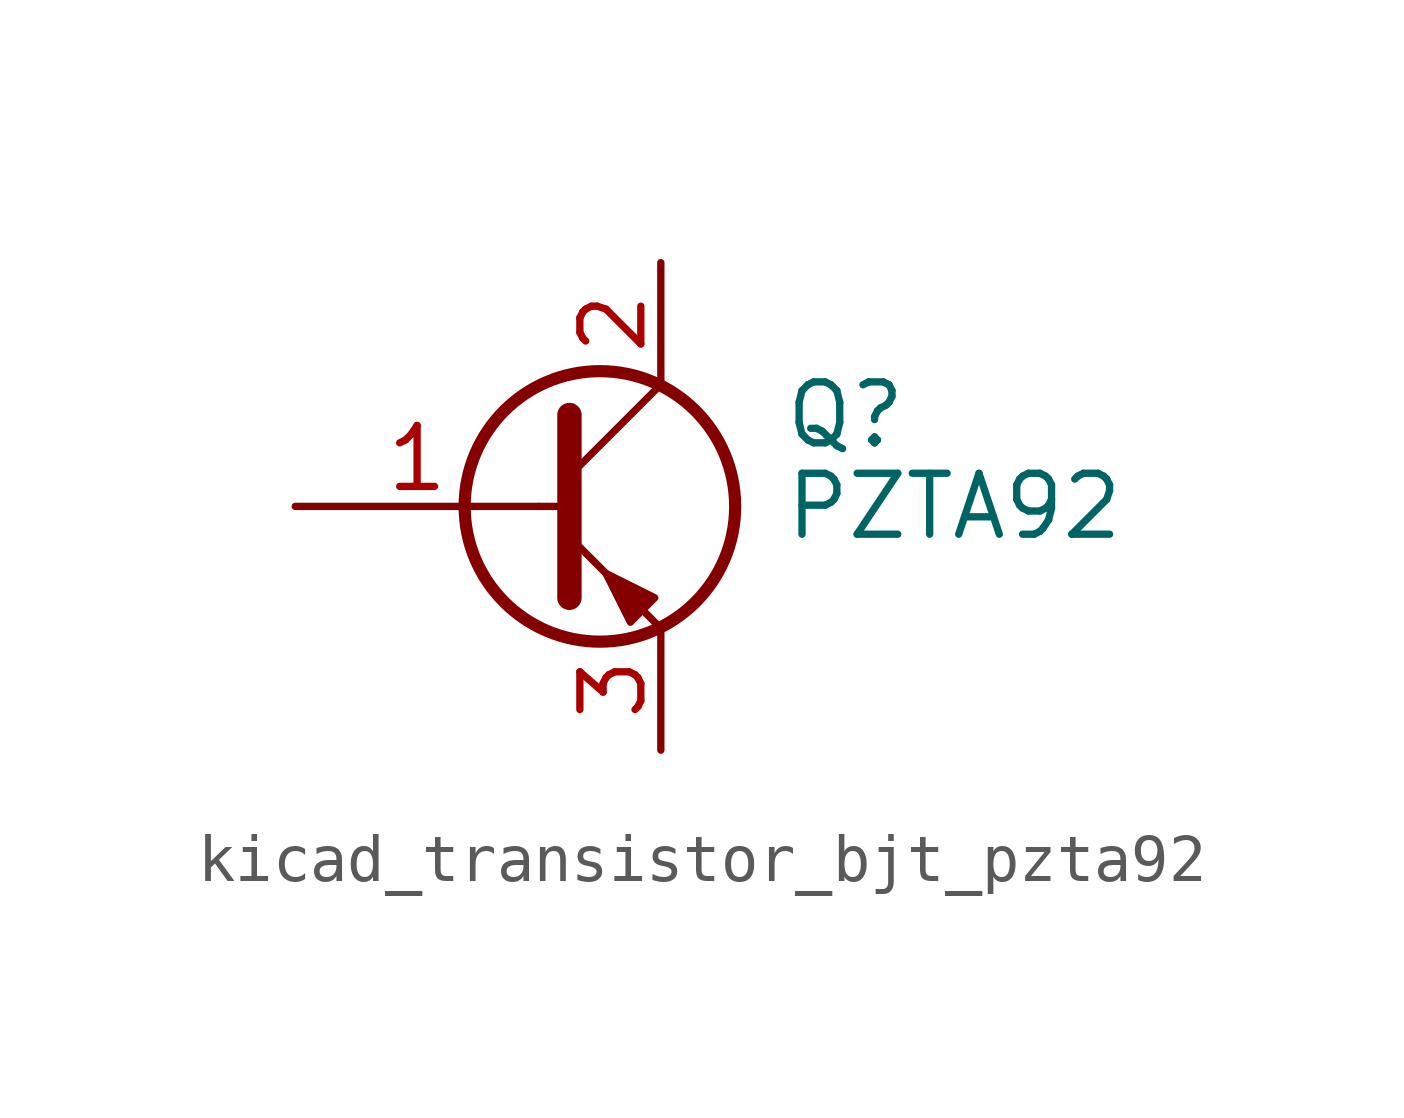
<source format=kicad_sym>
(kicad_symbol_lib
  (version 20220914)
  (generator kicad_symbol_editor)
  (symbol "kicad_transistor_bjt_pzta92"
    (pin_names
      (offset 0) hide)
    (property "Reference" "Q"
      (at 5.08 1.905 0)
      (effects (font (size 1.27 1.27)) (justify left)))
    (property "Value" "PZTA92"
      (at 5.08 0 0)
      (effects (font (size 1.27 1.27)) (justify left)))
    (symbol "kicad_transistor_bjt_pzta92_0_1"
      (polyline (pts (xy 0 0) (xy 0.635 0)) (stroke (width 0) (type default)) (fill (type none)))
      (polyline (pts (xy 2.54 -2.54) (xy 0.635 -0.635)) (stroke (width 0) (type default)) (fill (type none)))
      (polyline (pts (xy 2.54 2.54) (xy 0.635 0.635)) (stroke (width 0) (type default)) (fill (type none)))
      (polyline (pts (xy 0.635 1.905) (xy 0.635 -1.905) (xy 0.635 -1.905)) (stroke (width 0.508) (type default)) (fill (type outline)))
      (polyline (pts (xy 1.905 -2.413) (xy 2.413 -1.905) (xy 1.397 -1.397) (xy 1.905 -2.413) (xy 1.905 -2.413)) (stroke (width 0) (type default)) (fill (type outline)))
      (circle (center 1.27 0) (radius 2.819) (stroke (width 0.254) (type default)) (fill (type none))))
    (symbol "kicad_transistor_bjt_pzta92_1_1"
      (pin input line (at -5.08 0 0) (length 5.08) (name "B" (effects (font (size 1.27 1.27)))) (number "1" (effects (font (size 1.27 1.27)))))
      (pin passive line (at 2.54 5.08 270) (length 2.54) (name "C" (effects (font (size 1.27 1.27)))) (number "2" (effects (font (size 1.27 1.27)))))
      (pin passive line (at 2.54 -5.08 90) (length 2.54) (name "E" (effects (font (size 1.27 1.27)))) (number "3" (effects (font (size 1.27 1.27))))))))
</source>
